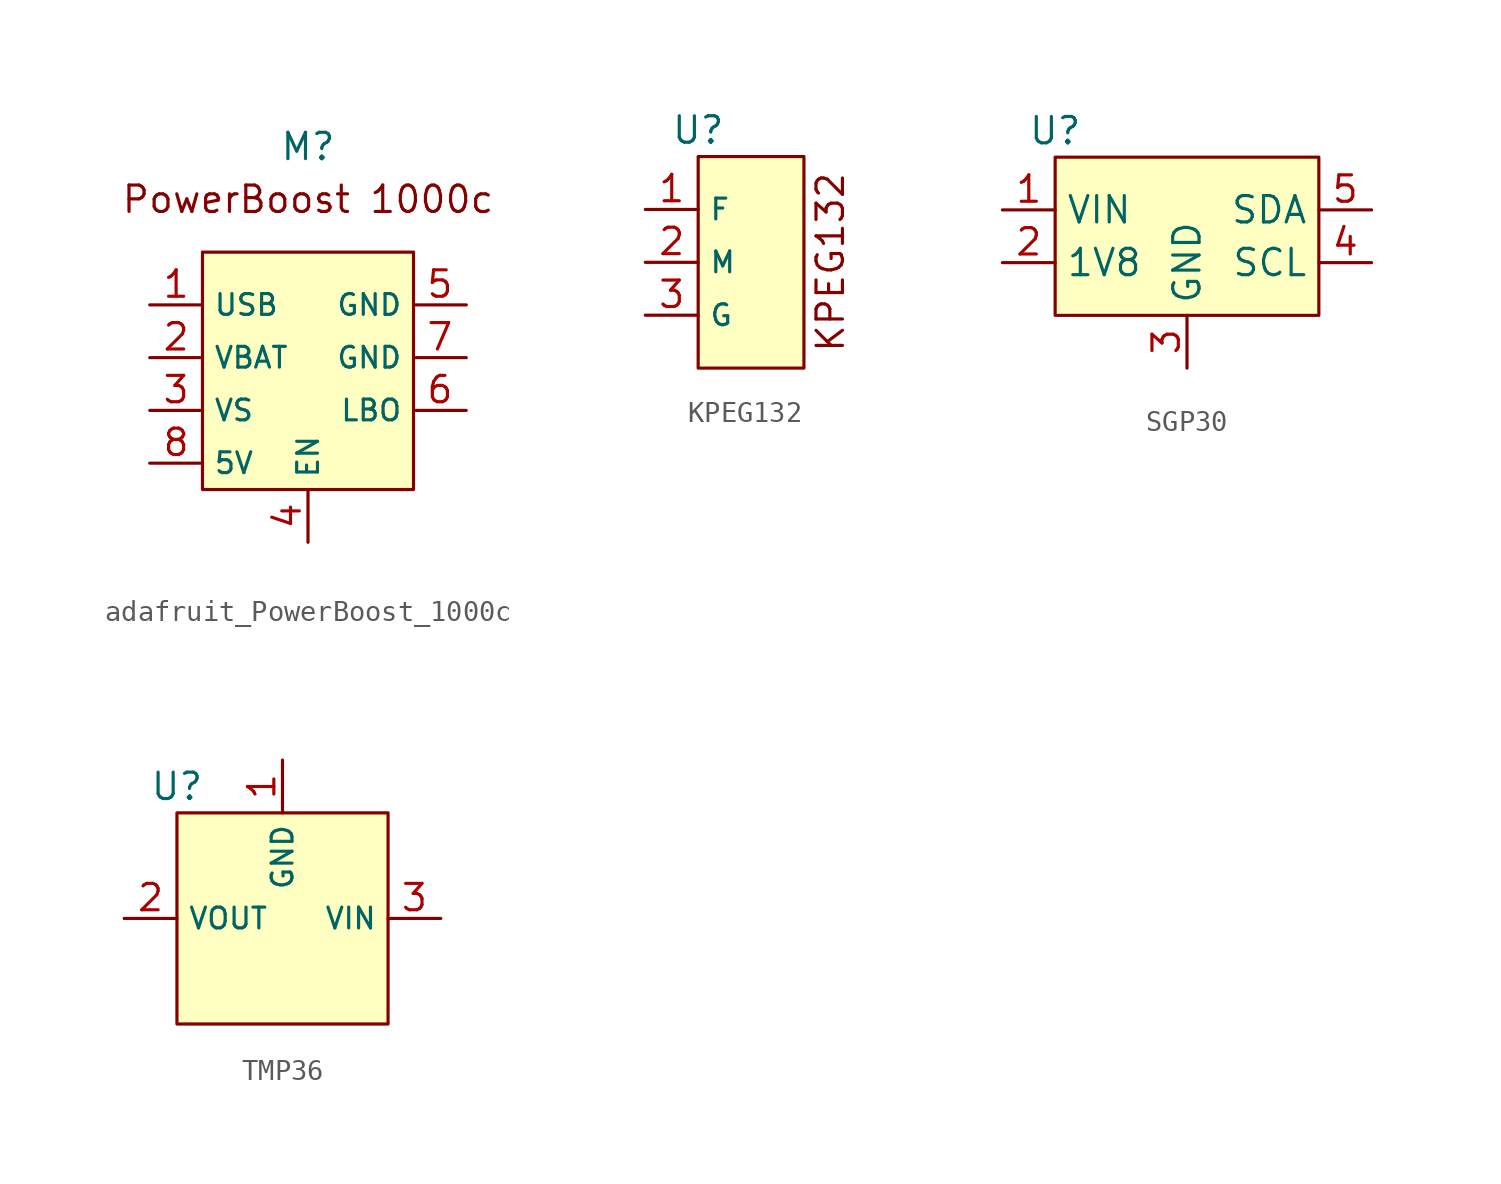
<source format=kicad_sym>
(kicad_symbol_lib
  (version 20220914)
  (generator kicad_symbol_editor)
  (symbol "adafruit_PowerBoost_1000c"
    (property "Reference" "M"
      (at 5.08 5.08 0)
      (effects (font (size 1.27 1.27))))
    (property "Value" ""
      (at 0 0 0)
      (effects (font (size 1.27 1.27))))
    (symbol "adafruit_PowerBoost_1000c_1_1"
      (rectangle (start 0 0) (end 10.16 -11.43) (stroke (width 0) (type default)) (fill (type background)))
      (text "PowerBoost 1000c" (at 5.08 2.54 0) (effects (font (size 1.27 1.27))))
      (pin output line (at -2.54 -2.54 0) (length 2.54) (name "USB" (effects (font (size 1 1)))) (number "1" (effects (font (size 1.27 1.27)))))
      (pin output line (at -2.54 -5.08 0) (length 2.54) (name "VBAT" (effects (font (size 1 1)))) (number "2" (effects (font (size 1.27 1.27)))))
      (pin output line (at -2.54 -7.62 0) (length 2.54) (name "VS" (effects (font (size 1 1)))) (number "3" (effects (font (size 1.27 1.27)))))
      (pin input line (at 5.08 -13.97 90) (length 2.54) (name "EN" (effects (font (size 1 1)))) (number "4" (effects (font (size 1.27 1.27)))))
      (pin bidirectional line (at 12.7 -2.54 180) (length 2.54) (name "GND" (effects (font (size 1 1)))) (number "5" (effects (font (size 1.27 1.27)))))
      (pin bidirectional line (at 12.7 -7.62 180) (length 2.54) (name "LBO" (effects (font (size 1 1)))) (number "6" (effects (font (size 1.27 1.27)))))
      (pin bidirectional line (at 12.7 -5.08 180) (length 2.54) (name "GND" (effects (font (size 1 1)))) (number "7" (effects (font (size 1.27 1.27)))))
      (pin bidirectional line (at -2.54 -10.16 0) (length 2.54) (name "5V" (effects (font (size 1 1)))) (number "8" (effects (font (size 1.27 1.27)))))))
  (symbol "KPEG132"
    (property "Reference" "U"
      (at 0 1.27 0)
      (effects (font (size 1.27 1.27))))
    (property "Value" ""
      (at 0 -1.27 0)
      (effects (font (size 1.27 1.27))))
    (symbol "KPEG132_1_1"
      (rectangle (start 0 0) (end 5.08 -10.16) (stroke (width 0) (type default)) (fill (type background)))
      (text "KPEG132" (at 6.35 -5.08 900) (effects (font (size 1.27 1.27))))
      (pin input line (at -2.54 -2.54 0) (length 2.54) (name "F" (effects (font (size 1 1)))) (number "1" (effects (font (size 1.27 1.27)))))
      (pin input line (at -2.54 -5.08 0) (length 2.54) (name "M" (effects (font (size 1 1)))) (number "2" (effects (font (size 1.27 1.27)))))
      (pin input line (at -2.54 -7.62 0) (length 2.54) (name "G" (effects (font (size 1 1)))) (number "3" (effects (font (size 1.27 1.27)))))))
  (symbol "SGP30"
    (property "Reference" "U"
      (at 0 1.27 0)
      (effects (font (size 1.27 1.27))))
    (property "Value" ""
      (at 0 0 0)
      (effects (font (size 1.27 1.27))))
    (symbol "SGP30_1_1"
      (rectangle (start 0 0) (end 12.7 -7.62) (stroke (width 0) (type default)) (fill (type background)))
      (pin input line (at -2.54 -2.54 0) (length 2.54) (name "VIN" (effects (font (size 1.27 1.27)))) (number "1" (effects (font (size 1.27 1.27)))))
      (pin input line (at -2.54 -5.08 0) (length 2.54) (name "1V8" (effects (font (size 1.27 1.27)))) (number "2" (effects (font (size 1.27 1.27)))))
      (pin input line (at 6.35 -10.16 90) (length 2.54) (name "GND" (effects (font (size 1.27 1.27)))) (number "3" (effects (font (size 1.27 1.27)))))
      (pin input line (at 15.24 -5.08 180) (length 2.54) (name "SCL" (effects (font (size 1.27 1.27)))) (number "4" (effects (font (size 1.27 1.27)))))
      (pin input line (at 15.24 -2.54 180) (length 2.54) (name "SDA" (effects (font (size 1.27 1.27)))) (number "5" (effects (font (size 1.27 1.27)))))))
  (symbol "TMP36"
    (property "Reference" "U"
      (at 0 1.27 0)
      (effects (font (size 1.27 1.27))))
    (property "Value" ""
      (at 0 0 0)
      (effects (font (size 1.27 1.27))))
    (symbol "TMP36_1_1"
      (rectangle (start 0 0) (end 10.16 -10.16) (stroke (width 0) (type default)) (fill (type background)))
      (pin input line (at 5.08 2.54 270) (length 2.54) (name "GND" (effects (font (size 1 1)))) (number "1" (effects (font (size 1.27 1.27)))))
      (pin output line (at -2.54 -5.08 0) (length 2.54) (name "VOUT" (effects (font (size 1 1)))) (number "2" (effects (font (size 1.27 1.27)))))
      (pin input line (at 12.7 -5.08 180) (length 2.54) (name "VIN" (effects (font (size 1 1)))) (number "3" (effects (font (size 1.27 1.27))))))))
</source>
